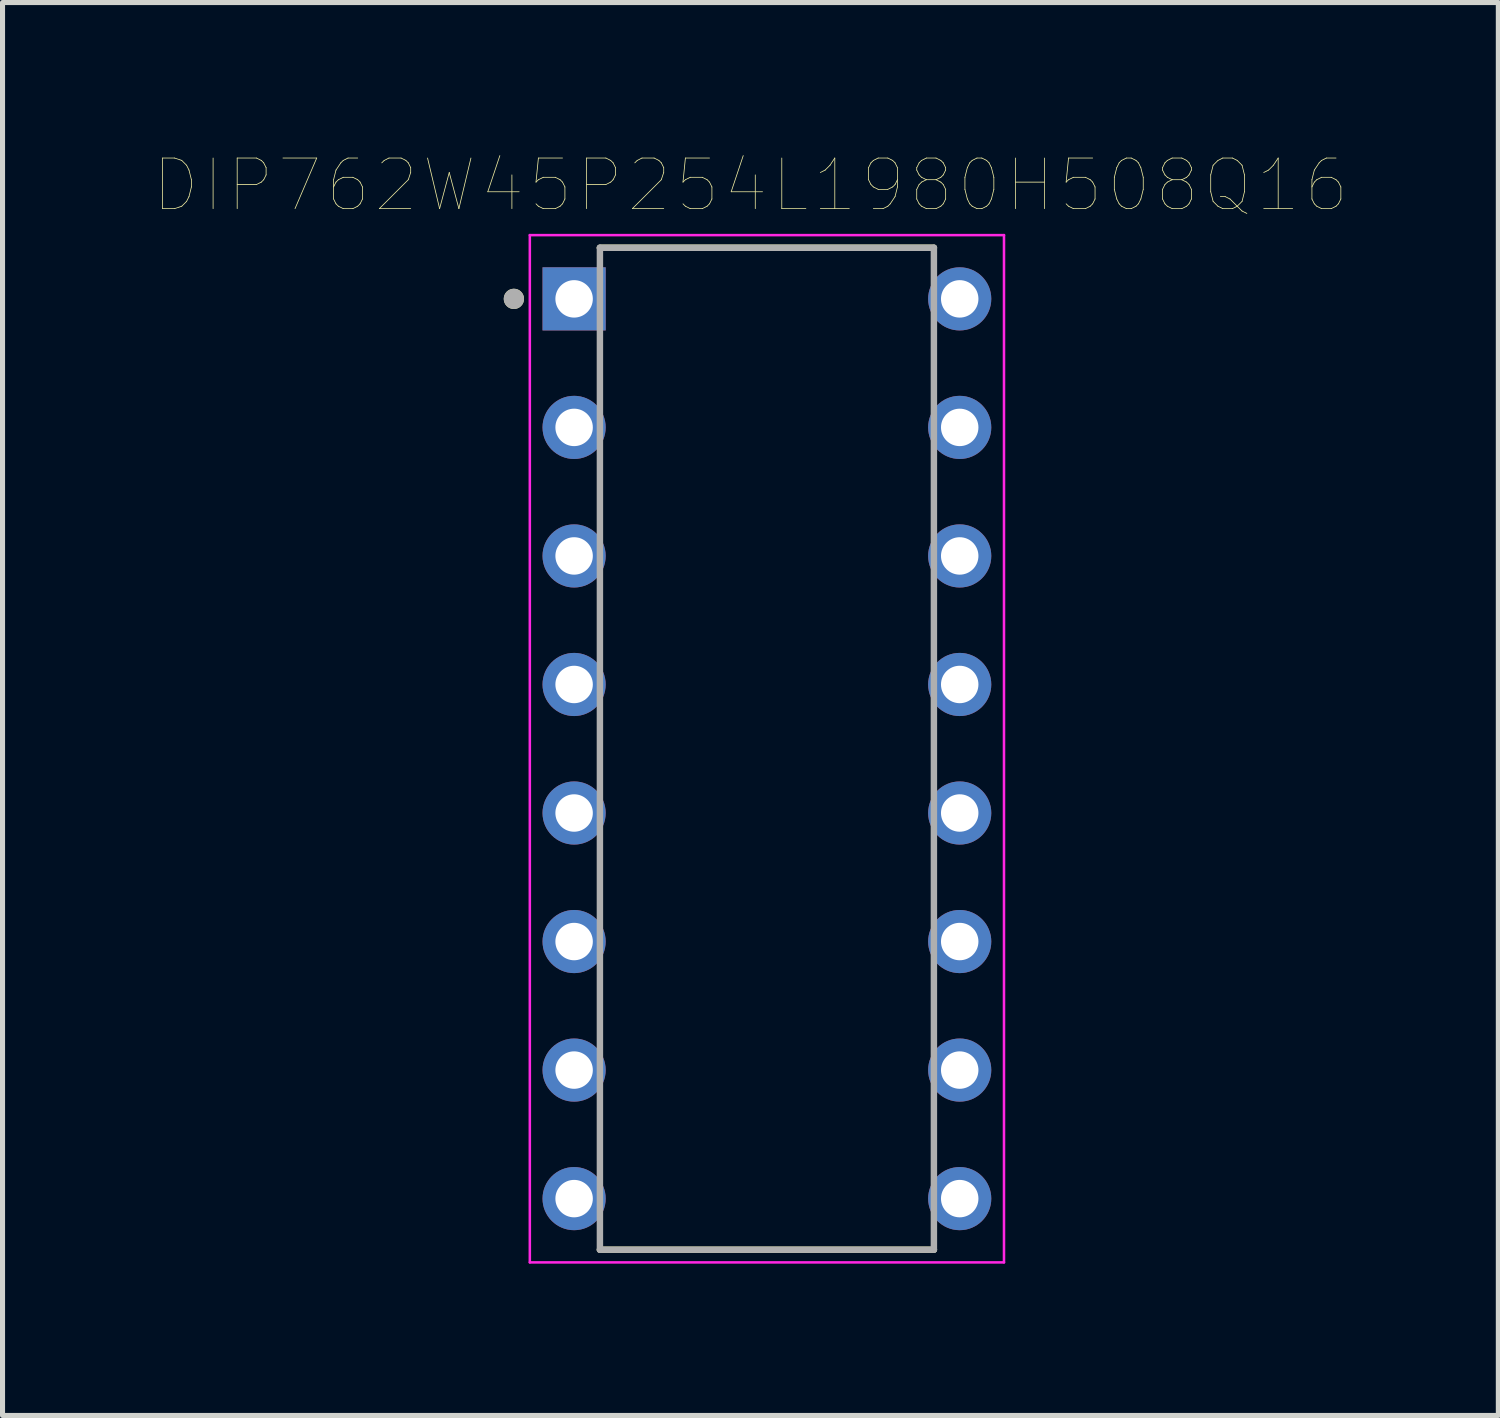
<source format=kicad_pcb>
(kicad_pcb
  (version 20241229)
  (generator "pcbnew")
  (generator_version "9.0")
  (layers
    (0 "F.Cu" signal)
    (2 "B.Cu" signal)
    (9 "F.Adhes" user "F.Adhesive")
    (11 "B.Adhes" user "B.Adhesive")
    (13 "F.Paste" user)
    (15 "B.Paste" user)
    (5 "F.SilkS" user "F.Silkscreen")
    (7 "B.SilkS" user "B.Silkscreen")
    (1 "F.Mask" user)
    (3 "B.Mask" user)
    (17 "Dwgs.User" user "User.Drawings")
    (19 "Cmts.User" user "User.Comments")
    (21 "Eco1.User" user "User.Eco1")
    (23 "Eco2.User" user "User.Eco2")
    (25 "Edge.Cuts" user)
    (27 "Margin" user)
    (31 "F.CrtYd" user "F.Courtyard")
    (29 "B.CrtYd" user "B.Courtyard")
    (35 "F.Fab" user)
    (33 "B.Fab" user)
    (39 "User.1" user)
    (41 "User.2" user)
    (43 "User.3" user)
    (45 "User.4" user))
  (footprint "DIP762W45P254L1980H508Q16"
    (layer "F.Cu")
    (at 12.105 11.746)
    (property "Reference" "DIP762W45P254L1980H508Q16" (at -0.325 -11.135 0) (layer "F.SilkS") (effects (font (size 1 1) (thickness 0.015))))
    (attr through_hole)
    (fp_line (start -3.3 -9.9) (end 3.3 -9.9) (stroke (width 0.127) (type solid)) (layer "F.SilkS"))
    (fp_line (start -3.3 9.9) (end 3.3 9.9) (stroke (width 0.127) (type solid)) (layer "F.SilkS"))
    (fp_circle (center -5 -8.89) (end -4.9 -8.89) (stroke (width 0.2) (type solid)) (fill no) (layer "F.SilkS"))
    (fp_line (start -4.685 -10.15) (end -4.685 10.15) (stroke (width 0.05) (type solid)) (layer "F.CrtYd"))
    (fp_line (start 4.685 -10.15) (end -4.685 -10.15) (stroke (width 0.05) (type solid)) (layer "F.CrtYd"))
    (fp_line (start 4.685 -10.15) (end 4.685 10.15) (stroke (width 0.05) (type solid)) (layer "F.CrtYd"))
    (fp_line (start 4.685 10.15) (end -4.685 10.15) (stroke (width 0.05) (type solid)) (layer "F.CrtYd"))
    (fp_line (start -3.3 -9.9) (end -3.3 9.9) (stroke (width 0.127) (type solid)) (layer "F.Fab"))
    (fp_line (start -3.3 -9.9) (end 3.3 -9.9) (stroke (width 0.127) (type solid)) (layer "F.Fab"))
    (fp_line (start -3.3 9.9) (end 3.3 9.9) (stroke (width 0.127) (type solid)) (layer "F.Fab"))
    (fp_line (start 3.3 -9.9) (end 3.3 9.9) (stroke (width 0.127) (type solid)) (layer "F.Fab"))
    (fp_circle (center -5 -8.89) (end -4.9 -8.89) (stroke (width 0.2) (type solid)) (fill no) (layer "F.Fab"))
    (pad "1" thru_hole rect (at -3.81 -8.89) (size 1.248 1.248) (drill 0.74) (layers "*.Cu" "*.Mask"))
    (pad "2" thru_hole circle (at -3.81 -6.35) (size 1.248 1.248) (drill 0.74) (layers "*.Cu" "*.Mask"))
    (pad "3" thru_hole circle (at -3.81 -3.81) (size 1.248 1.248) (drill 0.74) (layers "*.Cu" "*.Mask"))
    (pad "4" thru_hole circle (at -3.81 -1.27) (size 1.248 1.248) (drill 0.74) (layers "*.Cu" "*.Mask"))
    (pad "5" thru_hole circle (at -3.81 1.27) (size 1.248 1.248) (drill 0.74) (layers "*.Cu" "*.Mask"))
    (pad "6" thru_hole circle (at -3.81 3.81) (size 1.248 1.248) (drill 0.74) (layers "*.Cu" "*.Mask"))
    (pad "7" thru_hole circle (at -3.81 6.35) (size 1.248 1.248) (drill 0.74) (layers "*.Cu" "*.Mask"))
    (pad "8" thru_hole circle (at -3.81 8.89) (size 1.248 1.248) (drill 0.74) (layers "*.Cu" "*.Mask"))
    (pad "9" thru_hole circle (at 3.81 8.89) (size 1.248 1.248) (drill 0.74) (layers "*.Cu" "*.Mask"))
    (pad "10" thru_hole circle (at 3.81 6.35) (size 1.248 1.248) (drill 0.74) (layers "*.Cu" "*.Mask"))
    (pad "11" thru_hole circle (at 3.81 3.81) (size 1.248 1.248) (drill 0.74) (layers "*.Cu" "*.Mask"))
    (pad "12" thru_hole circle (at 3.81 1.27) (size 1.248 1.248) (drill 0.74) (layers "*.Cu" "*.Mask"))
    (pad "13" thru_hole circle (at 3.81 -1.27) (size 1.248 1.248) (drill 0.74) (layers "*.Cu" "*.Mask"))
    (pad "14" thru_hole circle (at 3.81 -3.81) (size 1.248 1.248) (drill 0.74) (layers "*.Cu" "*.Mask"))
    (pad "15" thru_hole circle (at 3.81 -6.35) (size 1.248 1.248) (drill 0.74) (layers "*.Cu" "*.Mask"))
    (pad "16" thru_hole circle (at 3.81 -8.89) (size 1.248 1.248) (drill 0.74) (layers "*.Cu" "*.Mask")))
  (gr_rect
    (start -3 -3)
    (end 26.559 24.921)
    (stroke (width 0.1) (type default))
    (fill no)
    (layer "Edge.Cuts")))
</source>
